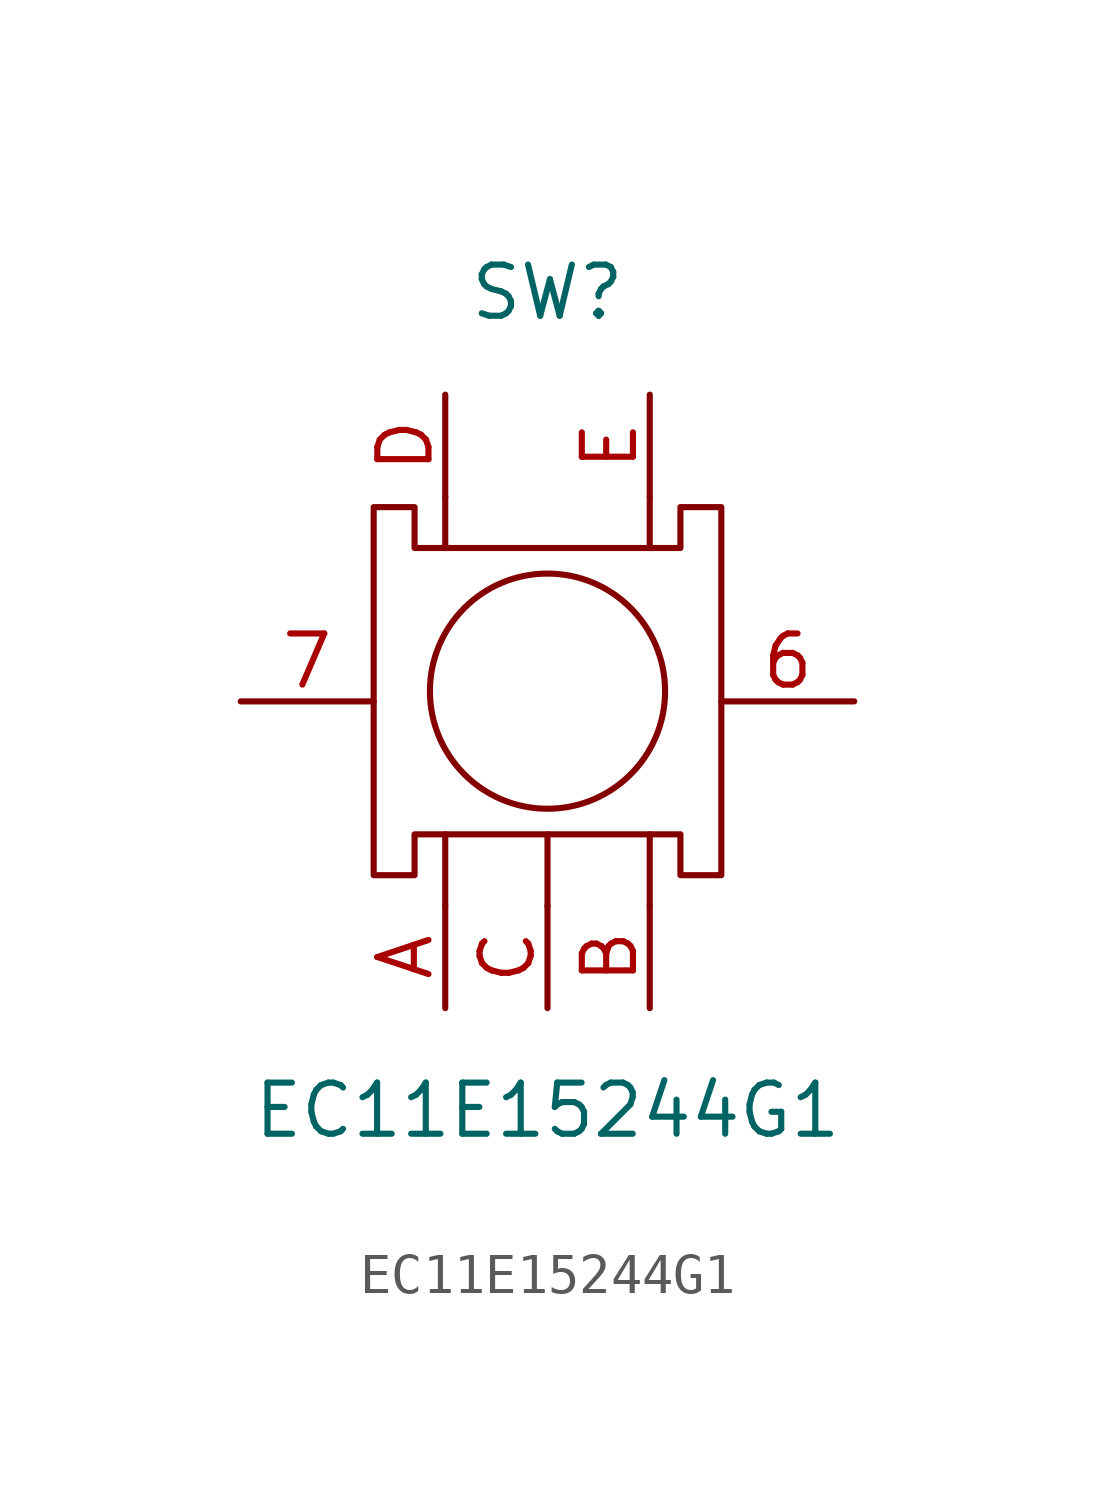
<source format=kicad_sym>
(kicad_symbol_lib
  (version 20211014)
  (generator kicad_symbol_editor)
  (symbol "EC11E15244G1"
    (pin_names
      (offset 1.016) hide)
    (property "Reference" "SW"
      (at 0 10.16 0)
      (effects (font (size 1.27 1.27))))
    (property "Value" "EC11E15244G1"
      (at 0 -10.16 0)
      (effects (font (size 1.27 1.27))))
    (symbol "EC11E15244G1_1_1"
      (polyline (pts (xy -2.54 3.81) (xy -2.54 5.08)) (stroke (width 0.152) (type default) (color 0 0 0 0)) (fill (type none)))
      (polyline (pts (xy 0 -3.302) (xy 0 -5.08)) (stroke (width 0.152) (type default) (color 0 0 0 0)) (fill (type none)))
      (polyline (pts (xy 2.54 -3.302) (xy 2.54 -5.08)) (stroke (width 0.152) (type default) (color 0 0 0 0)) (fill (type none)))
      (polyline (pts (xy 2.54 3.81) (xy 2.54 5.08)) (stroke (width 0.152) (type default) (color 0 0 0 0)) (fill (type none)))
      (polyline (pts (xy -2.54 -3.302) (xy -2.54 -5.08) (xy -2.54 -5.08)) (stroke (width 0.152) (type default) (color 0 0 0 0)) (fill (type none)))
      (polyline (pts (xy -4.318 -4.318) (xy -3.556 -4.318) (xy -3.302 -4.318) (xy -3.302 -3.302) (xy 3.302 -3.302) (xy 3.302 -4.318) (xy 4.318 -4.318) (xy 4.318 4.826) (xy 3.302 4.826) (xy 3.302 3.81) (xy -3.302 3.81) (xy -3.302 4.826) (xy -4.318 4.826) (xy -4.318 -4.318)) (stroke (width 0.152) (type default) (color 0 0 0 0)) (fill (type none)))
      (circle (center 0 0.254) (radius 2.921) (stroke (width 0.152) (type default) (color 0 0 0 0)) (fill (type none)))
      (pin input line (at 7.62 0 180) (length 3.302) (name "6" (effects (font (size 1.27 1.27)))) (number "6" (effects (font (size 1.27 1.27)))))
      (pin input line (at -7.62 0 0) (length 3.302) (name "7" (effects (font (size 1.27 1.27)))) (number "7" (effects (font (size 1.27 1.27)))))
      (pin input line (at -2.54 -7.62 90) (length 2.54) (name "A" (effects (font (size 1.27 1.27)))) (number "A" (effects (font (size 1.27 1.27)))))
      (pin input line (at 2.54 -7.62 90) (length 2.54) (name "B" (effects (font (size 1.27 1.27)))) (number "B" (effects (font (size 1.27 1.27)))))
      (pin input line (at 0 -7.62 90) (length 2.54) (name "C" (effects (font (size 1.27 1.27)))) (number "C" (effects (font (size 1.27 1.27)))))
      (pin input line (at -2.54 7.62 270) (length 2.54) (name "D" (effects (font (size 1.27 1.27)))) (number "D" (effects (font (size 1.27 1.27)))))
      (pin input line (at 2.54 7.62 270) (length 2.54) (name "E" (effects (font (size 1.27 1.27)))) (number "E" (effects (font (size 1.27 1.27))))))))
</source>
